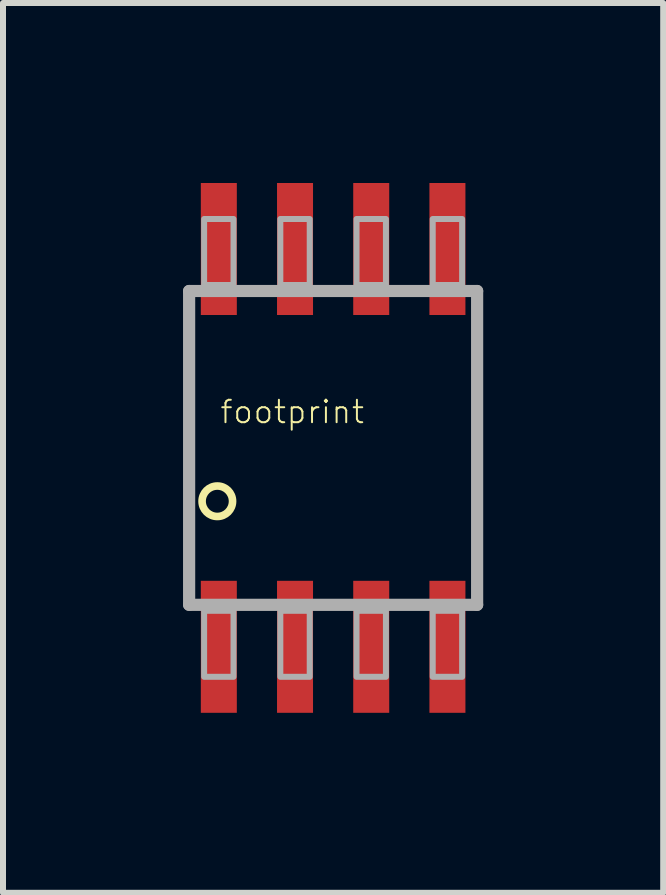
<source format=kicad_pcb>
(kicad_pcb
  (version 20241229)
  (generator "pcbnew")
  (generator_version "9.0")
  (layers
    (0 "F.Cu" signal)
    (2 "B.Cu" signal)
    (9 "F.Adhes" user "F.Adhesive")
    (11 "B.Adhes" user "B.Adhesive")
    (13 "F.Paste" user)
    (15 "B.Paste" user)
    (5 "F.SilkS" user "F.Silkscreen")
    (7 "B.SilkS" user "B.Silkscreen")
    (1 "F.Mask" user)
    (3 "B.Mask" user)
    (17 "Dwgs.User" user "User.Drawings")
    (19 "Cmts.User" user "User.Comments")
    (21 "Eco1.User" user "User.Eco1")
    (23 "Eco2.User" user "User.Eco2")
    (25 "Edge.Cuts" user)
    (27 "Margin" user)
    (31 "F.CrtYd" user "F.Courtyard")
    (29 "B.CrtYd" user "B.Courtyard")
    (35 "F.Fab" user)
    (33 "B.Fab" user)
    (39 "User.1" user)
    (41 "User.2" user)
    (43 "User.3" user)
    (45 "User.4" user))
  (footprint "footprint"
    (layer "F.Cu")
    (at 2.502 4.415)
    (property "Reference" "footprint" (at -1.905 -0.381 0) (layer "F.SilkS") (effects (font (size 0.374 0.374) (thickness 0.033)) (justify left bottom)))
    (fp_line (start -2.4 1.9) (end -2.4 -1.9) (stroke (width 0.127) (type solid)) (layer "F.SilkS"))
    (fp_line (start 2.4 -1.9) (end 2.4 1.9) (stroke (width 0.127) (type solid)) (layer "F.SilkS"))
    (fp_circle (center -1.93 0.889) (end -1.676 0.889) (stroke (width 0.127) (type solid)) (fill no) (layer "F.SilkS"))
    (fp_line (start -2.4 -2.615) (end 2.4 -2.615) (stroke (width 0.203) (type solid)) (layer "F.Fab"))
    (fp_line (start -2.4 2.615) (end -2.4 -2.615) (stroke (width 0.203) (type solid)) (layer "F.Fab"))
    (fp_line (start 2.4 -2.615) (end 2.4 2.615) (stroke (width 0.203) (type solid)) (layer "F.Fab"))
    (fp_line (start 2.4 2.615) (end -2.4 2.615) (stroke (width 0.203) (type solid)) (layer "F.Fab"))
    (fp_poly (pts (xy -2.15 -2.715) (xy -1.66 -2.715) (xy -1.66 -3.815) (xy -2.15 -3.815)) (stroke (width 0.1) (type solid)) (fill no) (layer "F.Fab"))
    (fp_poly (pts (xy -2.15 3.815) (xy -1.66 3.815) (xy -1.66 2.715) (xy -2.15 2.715)) (stroke (width 0.1) (type solid)) (fill no) (layer "F.Fab"))
    (fp_poly (pts (xy -0.88 -2.715) (xy -0.39 -2.715) (xy -0.39 -3.815) (xy -0.88 -3.815)) (stroke (width 0.1) (type solid)) (fill no) (layer "F.Fab"))
    (fp_poly (pts (xy -0.88 3.815) (xy -0.39 3.815) (xy -0.39 2.715) (xy -0.88 2.715)) (stroke (width 0.1) (type solid)) (fill no) (layer "F.Fab"))
    (fp_poly (pts (xy 0.39 -2.715) (xy 0.88 -2.715) (xy 0.88 -3.815) (xy 0.39 -3.815)) (stroke (width 0.1) (type solid)) (fill no) (layer "F.Fab"))
    (fp_poly (pts (xy 0.39 3.815) (xy 0.88 3.815) (xy 0.88 2.715) (xy 0.39 2.715)) (stroke (width 0.1) (type solid)) (fill no) (layer "F.Fab"))
    (fp_poly (pts (xy 1.66 -2.715) (xy 2.15 -2.715) (xy 2.15 -3.815) (xy 1.66 -3.815)) (stroke (width 0.1) (type solid)) (fill no) (layer "F.Fab"))
    (fp_poly (pts (xy 1.66 3.815) (xy 2.15 3.815) (xy 2.15 2.715) (xy 1.66 2.715)) (stroke (width 0.1) (type solid)) (fill no) (layer "F.Fab"))
    (pad "1" smd rect (at -1.905 3.315) (size 0.6 2.2) (layers "F.Cu" "F.Mask" "F.Paste"))
    (pad "2" smd rect (at -0.635 3.315) (size 0.6 2.2) (layers "F.Cu" "F.Mask" "F.Paste"))
    (pad "3" smd rect (at 0.635 3.315) (size 0.6 2.2) (layers "F.Cu" "F.Mask" "F.Paste"))
    (pad "4" smd rect (at 1.905 3.315) (size 0.6 2.2) (layers "F.Cu" "F.Mask" "F.Paste"))
    (pad "5" smd rect (at 1.905 -3.315) (size 0.6 2.2) (layers "F.Cu" "F.Mask" "F.Paste"))
    (pad "6" smd rect (at 0.635 -3.315) (size 0.6 2.2) (layers "F.Cu" "F.Mask" "F.Paste"))
    (pad "7" smd rect (at -0.635 -3.315) (size 0.6 2.2) (layers "F.Cu" "F.Mask" "F.Paste"))
    (pad "8" smd rect (at -1.905 -3.315) (size 0.6 2.2) (layers "F.Cu" "F.Mask" "F.Paste")))
  (gr_rect
    (start -3 -3)
    (end 8.003 11.83)
    (stroke (width 0.1) (type default))
    (fill no)
    (layer "Edge.Cuts")))
</source>
